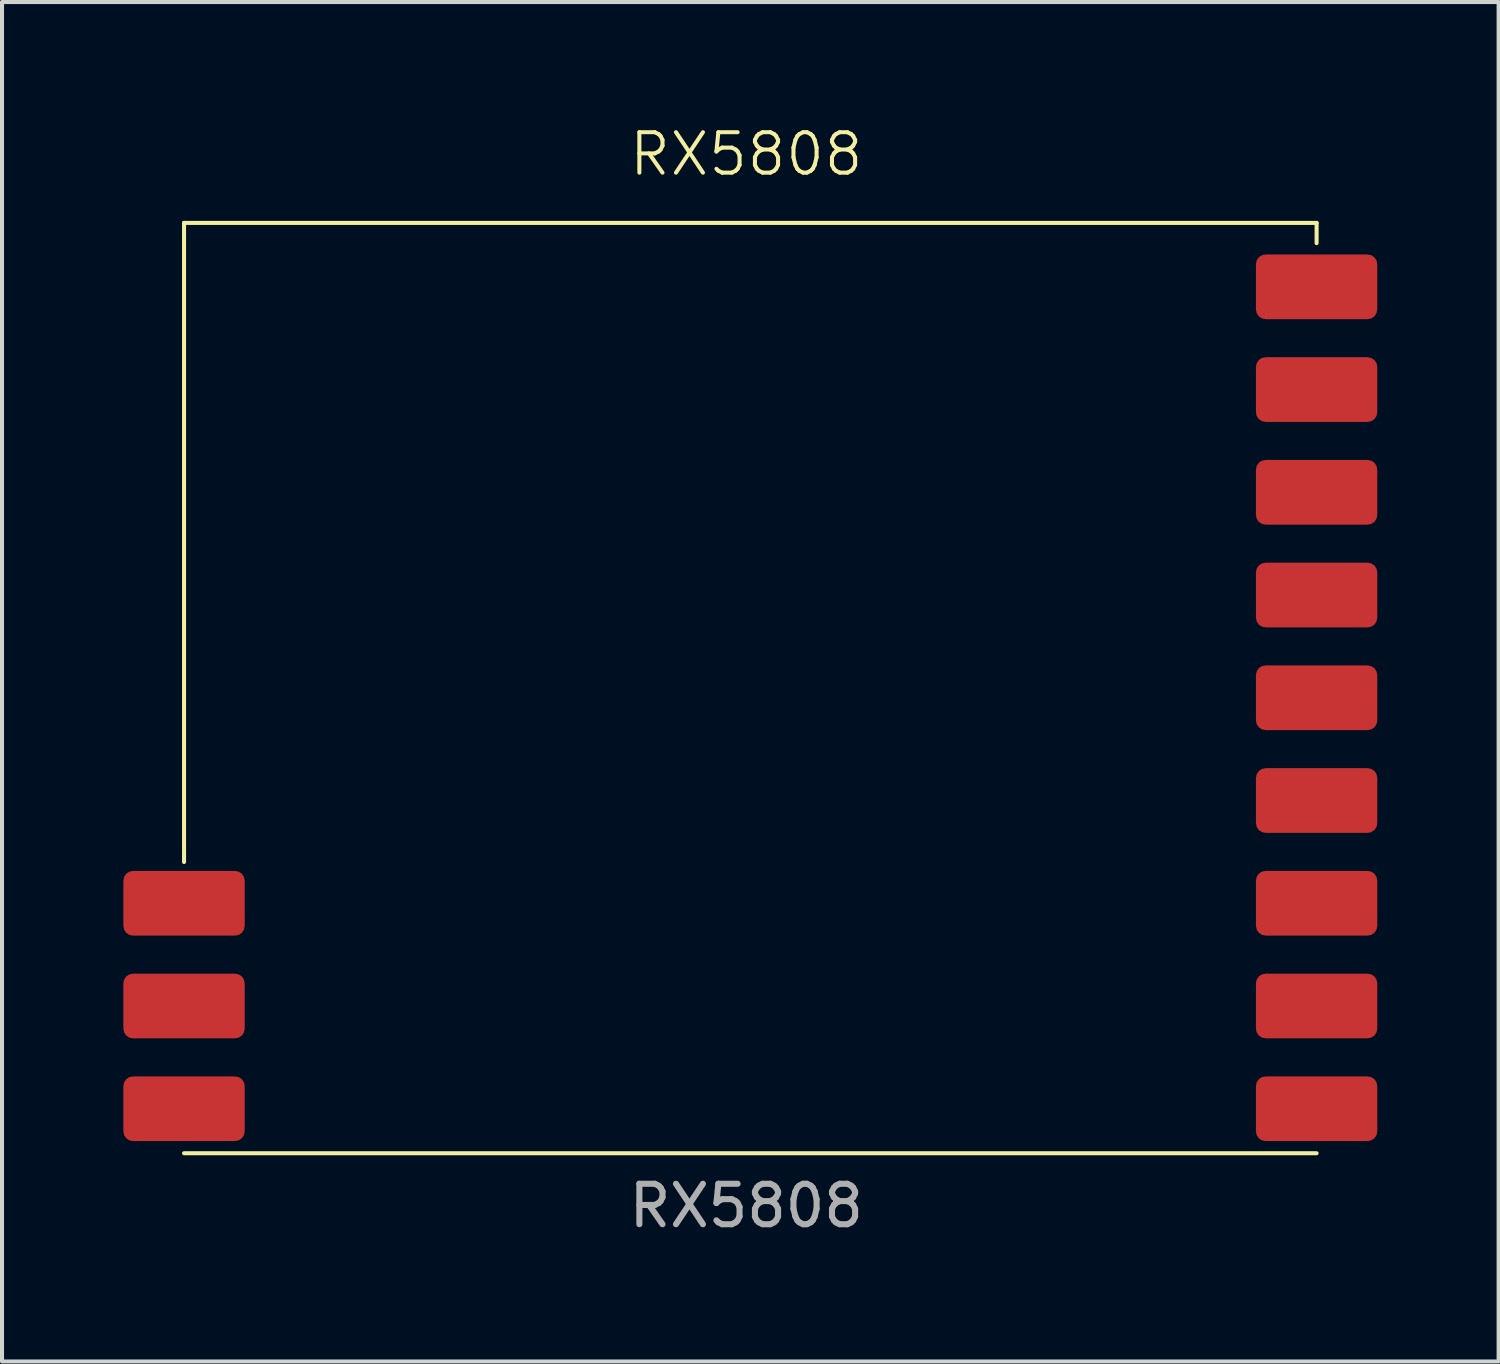
<source format=kicad_pcb>
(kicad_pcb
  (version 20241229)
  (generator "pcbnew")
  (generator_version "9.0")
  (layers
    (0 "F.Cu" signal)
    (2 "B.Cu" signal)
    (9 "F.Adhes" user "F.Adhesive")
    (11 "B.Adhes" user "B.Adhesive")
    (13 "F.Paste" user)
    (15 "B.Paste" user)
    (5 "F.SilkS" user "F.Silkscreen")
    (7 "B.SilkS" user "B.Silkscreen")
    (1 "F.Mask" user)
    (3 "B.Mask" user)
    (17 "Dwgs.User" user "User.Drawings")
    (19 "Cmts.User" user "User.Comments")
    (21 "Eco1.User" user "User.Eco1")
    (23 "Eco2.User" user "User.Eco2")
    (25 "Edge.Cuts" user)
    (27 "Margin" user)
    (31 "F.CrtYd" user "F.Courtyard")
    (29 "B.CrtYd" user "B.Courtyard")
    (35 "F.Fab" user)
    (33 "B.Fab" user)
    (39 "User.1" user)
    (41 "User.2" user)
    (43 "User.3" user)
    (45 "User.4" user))
  (footprint "RX5808"
    (layer "F.Cu")
    (at 15.4 14.161)
    (property "Reference" "RX5808" (at 0 -13.4 0) (unlocked yes) (layer "F.SilkS") (effects (font (size 1 1) (thickness 0.1))))
    (attr smd)
    (fp_line (start -13.9 -11.7) (end -13.9 4.1) (stroke (width 0.1) (type default)) (layer "F.SilkS"))
    (fp_line (start -13.9 11.3) (end 14.1 11.3) (stroke (width 0.1) (type default)) (layer "F.SilkS"))
    (fp_line (start 14.1 -11.7) (end -13.9 -11.7) (stroke (width 0.1) (type default)) (layer "F.SilkS"))
    (fp_line (start 14.1 -11.7) (end 14.1 -11.2) (stroke (width 0.1) (type default)) (layer "F.SilkS"))
    (fp_text user "${REFERENCE}" (at 0 12.6 0) (unlocked yes) (layer "F.Fab") (effects (font (size 1 1) (thickness 0.15))))
    (pad "1" smd roundrect (at -13.9 10.2) (size 3 1.6) (layers "F.Cu" "F.Mask" "F.Paste") (roundrect_rratio 0.15))
    (pad "2" smd roundrect (at -13.9 7.66) (size 3 1.6) (layers "F.Cu" "F.Mask" "F.Paste") (roundrect_rratio 0.15))
    (pad "3" smd roundrect (at -13.9 5.12) (size 3 1.6) (layers "F.Cu" "F.Mask" "F.Paste") (roundrect_rratio 0.15))
    (pad "4" smd roundrect (at 14.1 -10.12) (size 3 1.6) (layers "F.Cu" "F.Mask" "F.Paste") (roundrect_rratio 0.15))
    (pad "5" smd roundrect (at 14.1 -7.58) (size 3 1.6) (layers "F.Cu" "F.Mask" "F.Paste") (roundrect_rratio 0.15))
    (pad "6" smd roundrect (at 14.1 -5.04) (size 3 1.6) (layers "F.Cu" "F.Mask" "F.Paste") (roundrect_rratio 0.15))
    (pad "7" smd roundrect (at 14.1 -2.5) (size 3 1.6) (layers "F.Cu" "F.Mask" "F.Paste") (roundrect_rratio 0.15))
    (pad "8" smd roundrect (at 14.1 0.04) (size 3 1.6) (layers "F.Cu" "F.Mask" "F.Paste") (roundrect_rratio 0.15))
    (pad "9" smd roundrect (at 14.1 2.58) (size 3 1.6) (layers "F.Cu" "F.Mask" "F.Paste") (roundrect_rratio 0.15))
    (pad "10" smd roundrect (at 14.1 5.12) (size 3 1.6) (layers "F.Cu" "F.Mask" "F.Paste") (roundrect_rratio 0.15))
    (pad "11" smd roundrect (at 14.1 7.66) (size 3 1.6) (layers "F.Cu" "F.Mask" "F.Paste") (roundrect_rratio 0.15))
    (pad "12" smd roundrect (at 14.1 10.2) (size 3 1.6) (layers "F.Cu" "F.Mask" "F.Paste") (roundrect_rratio 0.15)))
  (gr_rect
    (start -3 -3)
    (end 34 30.609)
    (stroke (width 0.1) (type default))
    (fill no)
    (layer "Edge.Cuts")))
</source>
